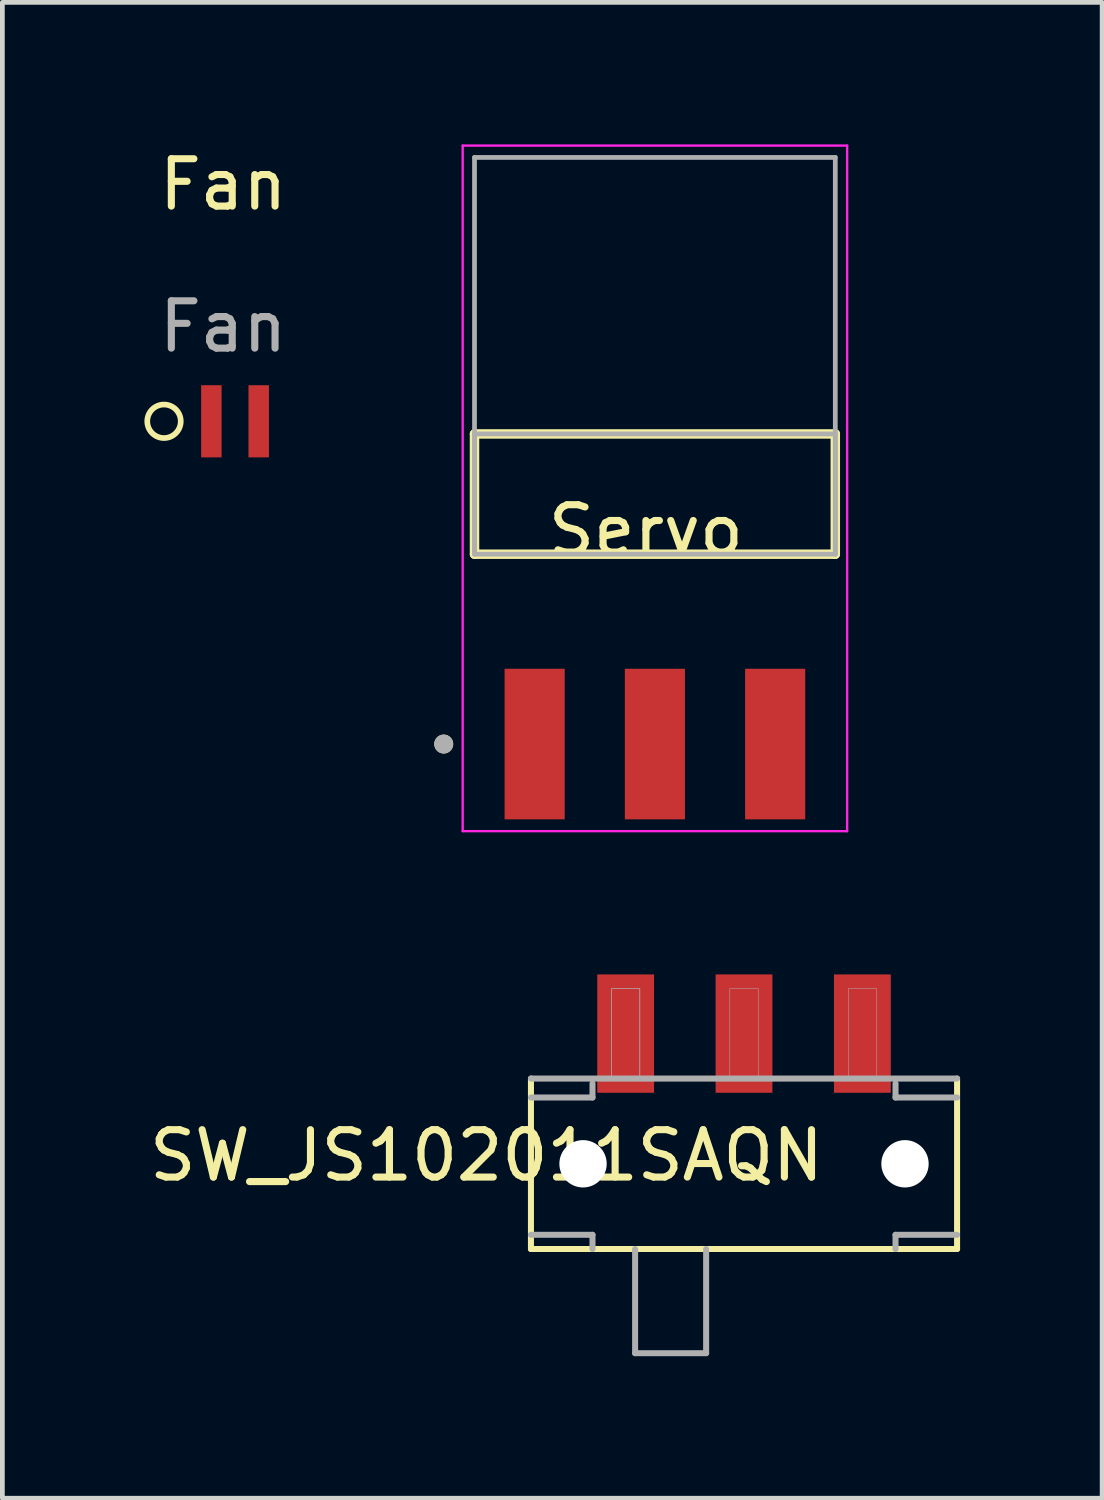
<source format=kicad_pcb>
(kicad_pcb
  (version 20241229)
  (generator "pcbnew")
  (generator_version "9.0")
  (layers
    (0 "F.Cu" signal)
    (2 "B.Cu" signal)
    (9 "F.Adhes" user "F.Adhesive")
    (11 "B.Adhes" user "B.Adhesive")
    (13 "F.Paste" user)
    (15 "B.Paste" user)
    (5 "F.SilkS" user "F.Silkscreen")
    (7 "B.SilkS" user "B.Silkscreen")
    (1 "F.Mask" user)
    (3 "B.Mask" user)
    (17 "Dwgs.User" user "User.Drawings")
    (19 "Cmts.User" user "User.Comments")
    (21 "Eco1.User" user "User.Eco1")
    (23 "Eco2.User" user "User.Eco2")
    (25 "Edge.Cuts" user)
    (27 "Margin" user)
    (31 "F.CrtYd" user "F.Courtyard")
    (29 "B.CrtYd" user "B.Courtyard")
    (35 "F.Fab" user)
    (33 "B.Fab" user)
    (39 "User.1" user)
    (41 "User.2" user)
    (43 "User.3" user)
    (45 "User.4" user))
  (footprint "SW_JS102011SAQN"
    (layer "F.Cu")
    (at 12.664 21.53)
    (property "Reference" "SW_JS102011SAQN" (at -5.439 -0.175 180) (layer "F.SilkS") (effects (font (size 1.001 1.001) (thickness 0.15))))
    (attr through_hole)
    (fp_line (start -4.5 -1.8) (end -4.5 1.8) (stroke (width 0.127) (type solid)) (layer "F.SilkS"))
    (fp_line (start -4.5 1.8) (end 4.5 1.8) (stroke (width 0.127) (type solid)) (layer "F.SilkS"))
    (fp_line (start 4.5 -1.8) (end 4.5 1.8) (stroke (width 0.127) (type solid)) (layer "F.SilkS"))
    (fp_line (start -4.5 -1.8) (end 4.5 -1.8) (stroke (width 0.127) (type solid)) (layer "F.Fab"))
    (fp_line (start -4.5 -1.4) (end -3.2 -1.4) (stroke (width 0.127) (type solid)) (layer "F.Fab"))
    (fp_line (start -4.5 1.5) (end -3.2 1.5) (stroke (width 0.127) (type solid)) (layer "F.Fab"))
    (fp_line (start -3.2 -1.7) (end -3.2 -1.4) (stroke (width 0.127) (type solid)) (layer "F.Fab"))
    (fp_line (start -3.2 1.5) (end -3.2 1.8) (stroke (width 0.127) (type solid)) (layer "F.Fab"))
    (fp_line (start -2.3 1.8) (end -2.3 4) (stroke (width 0.127) (type solid)) (layer "F.Fab"))
    (fp_line (start -2.3 4) (end -0.8 4) (stroke (width 0.127) (type solid)) (layer "F.Fab"))
    (fp_line (start -0.8 4) (end -0.8 1.8) (stroke (width 0.127) (type solid)) (layer "F.Fab"))
    (fp_line (start 3.2 -1.7) (end 3.2 -1.4) (stroke (width 0.127) (type solid)) (layer "F.Fab"))
    (fp_line (start 3.2 -1.4) (end 4.5 -1.4) (stroke (width 0.127) (type solid)) (layer "F.Fab"))
    (fp_line (start 3.2 1.5) (end 3.2 1.8) (stroke (width 0.127) (type solid)) (layer "F.Fab"))
    (fp_line (start 3.2 1.5) (end 4.5 1.5) (stroke (width 0.127) (type solid)) (layer "F.Fab"))
    (fp_poly (pts (xy -2.801 -3.7) (xy -2.2 -3.7) (xy -2.2 -1.801) (xy -2.801 -1.801)) (stroke (width 0.01) (type solid)) (fill no) (layer "F.Fab"))
    (fp_poly (pts (xy -2.801 -3.7) (xy -2.2 -3.7) (xy -2.2 -1.801) (xy -2.801 -1.801)) (stroke (width 0.01) (type solid)) (fill no) (layer "F.Fab"))
    (fp_poly (pts (xy -0.3 -3.7) (xy 0.3 -3.7) (xy 0.3 -1.8) (xy -0.3 -1.8)) (stroke (width 0.01) (type solid)) (fill no) (layer "F.Fab"))
    (fp_poly (pts (xy 2.204 -3.7) (xy 2.8 -3.7) (xy 2.8 -1.803) (xy 2.204 -1.803)) (stroke (width 0.01) (type solid)) (fill no) (layer "F.Fab"))
    (pad "" np_thru_hole circle (at -3.4 0) (size 1 1) (drill 1) (layers "*.Cu" "*.Mask"))
    (pad "" np_thru_hole circle (at 3.4 0) (size 1 1) (drill 1) (layers "*.Cu" "*.Mask"))
    (pad "1" smd rect (at -2.5 -2.75) (size 1.2 2.5) (layers "F.Cu" "F.Mask" "F.Paste"))
    (pad "2" smd rect (at 0 -2.75) (size 1.2 2.5) (layers "F.Cu" "F.Mask" "F.Paste"))
    (pad "3" smd rect (at 2.5 -2.75) (size 1.2 2.5) (layers "F.Cu" "F.Mask" "F.Paste")))
  (footprint "Fan"
    (layer "F.Cu")
    (at 1.664 1.348)
    (property "Reference" "Fan" (at 0 -0.5 0) (unlocked yes) (layer "F.SilkS") (effects (font (size 1 1) (thickness 0.15))))
    (attr smd)
    (fp_circle (center -1.25 4.5) (end -1.5 4.25) (stroke (width 0.12) (type solid)) (fill no) (layer "F.SilkS"))
    (fp_text user "${REFERENCE}" (at 0 2.5 0) (unlocked yes) (layer "F.Fab") (effects (font (size 1 1) (thickness 0.15))))
    (pad "1" smd rect (at -0.25 4.5 90) (size 1.524 0.432) (layers "F.Cu" "F.Mask" "F.Paste"))
    (pad "2" smd rect (at 0.75 4.5 90) (size 1.524 0.432) (layers "F.Cu" "F.Mask" "F.Paste")))
  (footprint "Servo"
    (layer "F.Cu")
    (at 10.592 8.655)
    (property "Reference" "Servo" (at 0 -0.5 0) (unlocked yes) (layer "F.SilkS") (effects (font (size 1 1) (thickness 0.15))))
    (attr smd)
    (fp_line (start -3.62 0) (end -3.62 -2.54) (stroke (width 0.2) (type solid)) (layer "F.SilkS"))
    (fp_line (start 4 -2.54) (end -3.62 -2.54) (stroke (width 0.2) (type solid)) (layer "F.SilkS"))
    (fp_line (start 4 -2.54) (end 4 0) (stroke (width 0.2) (type solid)) (layer "F.SilkS"))
    (fp_line (start 4 0) (end -3.62 0) (stroke (width 0.2) (type solid)) (layer "F.SilkS"))
    (fp_circle (center -4.27 4.01) (end -4.17 4.01) (stroke (width 0.2) (type solid)) (fill no) (layer "F.SilkS"))
    (fp_line (start -3.87 -8.63) (end 4.25 -8.63) (stroke (width 0.05) (type solid)) (layer "F.CrtYd"))
    (fp_line (start -3.87 5.85) (end -3.87 -8.63) (stroke (width 0.05) (type solid)) (layer "F.CrtYd"))
    (fp_line (start 4.25 -8.63) (end 4.25 5.85) (stroke (width 0.05) (type solid)) (layer "F.CrtYd"))
    (fp_line (start 4.25 5.85) (end -3.87 5.85) (stroke (width 0.05) (type solid)) (layer "F.CrtYd"))
    (fp_line (start -3.62 -8.38) (end 4 -8.38) (stroke (width 0.1) (type solid)) (layer "F.Fab"))
    (fp_line (start -3.62 -2.54) (end 4 -2.54) (stroke (width 0.1) (type solid)) (layer "F.Fab"))
    (fp_line (start -3.62 0) (end -3.62 -8.38) (stroke (width 0.1) (type solid)) (layer "F.Fab"))
    (fp_line (start -3.62 0) (end -3.62 -2.54) (stroke (width 0.1) (type solid)) (layer "F.Fab"))
    (fp_line (start 4 -8.38) (end 4 0) (stroke (width 0.1) (type solid)) (layer "F.Fab"))
    (fp_line (start 4 -2.54) (end 4 0) (stroke (width 0.1) (type solid)) (layer "F.Fab"))
    (fp_line (start 4 0) (end -3.62 0) (stroke (width 0.1) (type solid)) (layer "F.Fab"))
    (fp_circle (center -4.27 4.01) (end -4.17 4.01) (stroke (width 0.2) (type solid)) (fill no) (layer "F.Fab"))
    (pad "1" smd rect (at -2.35 4.01) (size 1.27 3.18) (layers "F.Cu" "F.Mask" "F.Paste"))
    (pad "2" smd rect (at 0.19 4.01) (size 1.27 3.18) (layers "F.Cu" "F.Mask" "F.Paste"))
    (pad "3" smd rect (at 2.73 4.01) (size 1.27 3.18) (layers "F.Cu" "F.Mask" "F.Paste")))
  (gr_rect
    (start -3 -3)
    (end 20.228 28.593)
    (stroke (width 0.1) (type default))
    (fill no)
    (layer "Edge.Cuts")))
</source>
